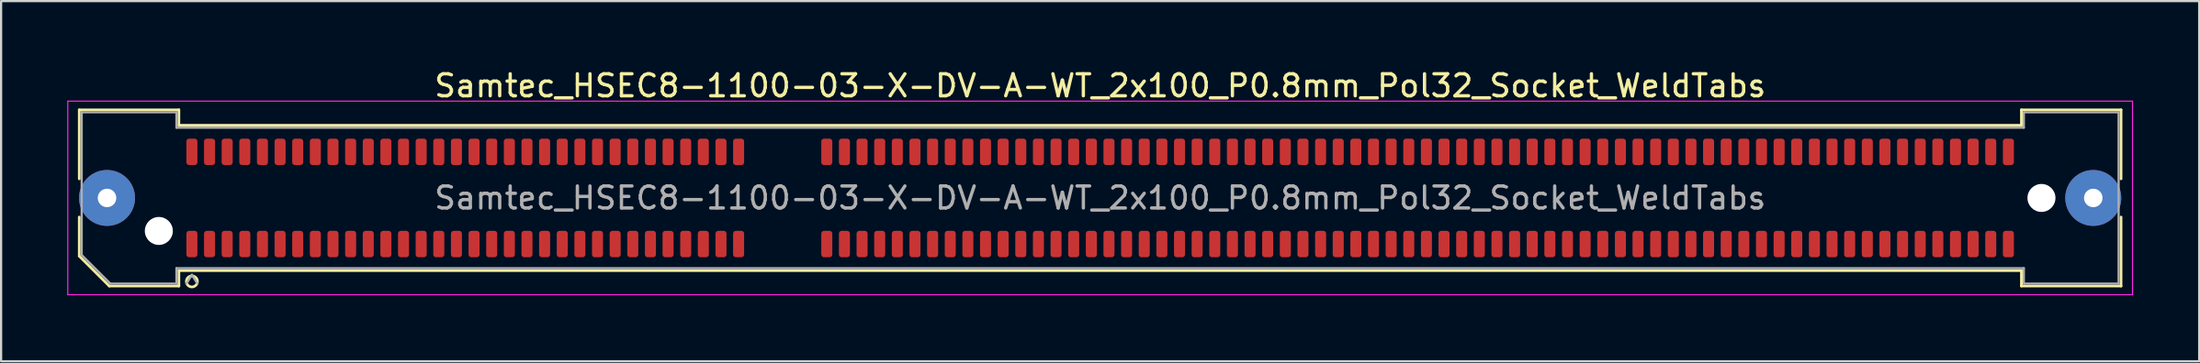
<source format=kicad_pcb>
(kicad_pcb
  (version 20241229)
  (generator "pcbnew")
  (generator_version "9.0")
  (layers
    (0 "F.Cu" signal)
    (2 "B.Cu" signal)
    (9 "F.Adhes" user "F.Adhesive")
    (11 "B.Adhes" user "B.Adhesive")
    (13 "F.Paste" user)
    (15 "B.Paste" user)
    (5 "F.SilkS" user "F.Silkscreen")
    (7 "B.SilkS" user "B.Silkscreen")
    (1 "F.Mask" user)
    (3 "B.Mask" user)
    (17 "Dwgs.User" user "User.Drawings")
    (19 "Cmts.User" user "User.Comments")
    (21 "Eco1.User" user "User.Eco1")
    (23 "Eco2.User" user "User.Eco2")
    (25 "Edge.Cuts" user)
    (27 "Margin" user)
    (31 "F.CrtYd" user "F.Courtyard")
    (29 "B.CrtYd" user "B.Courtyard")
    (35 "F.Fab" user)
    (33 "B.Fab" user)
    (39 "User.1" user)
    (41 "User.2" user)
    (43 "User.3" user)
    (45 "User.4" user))
  (footprint "Samtec_HSEC8-1100-03-X-DV-A-WT_2x100_P0.8mm_Pol32_Socket_WeldTabs"
    (layer "F.Cu")
    (at 46.855 5.948)
    (property "Reference" "Samtec_HSEC8-1100-03-X-DV-A-WT_2x100_P0.8mm_Pol32_Socket_WeldTabs" (at 0 -5.1 0) (layer "F.SilkS") (effects (font (size 1 1) (thickness 0.15))))
    (attr smd)
    (fp_line (start -46.31 -4.005) (end -41.79 -4.005) (stroke (width 0.12) (type solid)) (layer "F.SilkS"))
    (fp_line (start -46.31 -0.868) (end -46.31 -4.005) (stroke (width 0.12) (type solid)) (layer "F.SilkS"))
    (fp_line (start -46.31 2.641) (end -46.31 0.868) (stroke (width 0.12) (type solid)) (layer "F.SilkS"))
    (fp_line (start -44.946 4.005) (end -46.31 2.641) (stroke (width 0.12) (type solid)) (layer "F.SilkS"))
    (fp_line (start -41.79 -4.005) (end -41.79 -3.305) (stroke (width 0.12) (type solid)) (layer "F.SilkS"))
    (fp_line (start -41.79 -3.305) (end 41.79 -3.305) (stroke (width 0.12) (type solid)) (layer "F.SilkS"))
    (fp_line (start -41.79 3.305) (end -41.79 4.005) (stroke (width 0.12) (type solid)) (layer "F.SilkS"))
    (fp_line (start -41.79 4.005) (end -44.946 4.005) (stroke (width 0.12) (type solid)) (layer "F.SilkS"))
    (fp_line (start 41.79 -4.005) (end 46.31 -4.005) (stroke (width 0.12) (type solid)) (layer "F.SilkS"))
    (fp_line (start 41.79 -3.305) (end 41.79 -4.005) (stroke (width 0.12) (type solid)) (layer "F.SilkS"))
    (fp_line (start 41.79 3.305) (end -41.79 3.305) (stroke (width 0.12) (type solid)) (layer "F.SilkS"))
    (fp_line (start 41.79 4.005) (end 41.79 3.305) (stroke (width 0.12) (type solid)) (layer "F.SilkS"))
    (fp_line (start 46.31 -4.005) (end 46.31 -0.868) (stroke (width 0.12) (type solid)) (layer "F.SilkS"))
    (fp_line (start 46.31 0.868) (end 46.31 4.005) (stroke (width 0.12) (type solid)) (layer "F.SilkS"))
    (fp_line (start 46.31 4.005) (end 41.79 4.005) (stroke (width 0.12) (type solid)) (layer "F.SilkS"))
    (fp_arc (start -40.95 3.795) (mid -41.45 3.795) (end -40.95 3.795) (stroke (width 0.12) (type solid)) (layer "F.SilkS"))
    (fp_line (start -46.83 -4.4) (end -46.83 4.4) (stroke (width 0.05) (type solid)) (layer "F.CrtYd"))
    (fp_line (start -46.83 4.4) (end 46.83 4.4) (stroke (width 0.05) (type solid)) (layer "F.CrtYd"))
    (fp_line (start 46.83 -4.4) (end -46.83 -4.4) (stroke (width 0.05) (type solid)) (layer "F.CrtYd"))
    (fp_line (start 46.83 4.4) (end 46.83 -4.4) (stroke (width 0.05) (type solid)) (layer "F.CrtYd"))
    (fp_line (start -46.2 -3.895) (end -41.9 -3.895) (stroke (width 0.1) (type solid)) (layer "F.Fab"))
    (fp_line (start -46.2 2.595) (end -46.2 -3.895) (stroke (width 0.1) (type solid)) (layer "F.Fab"))
    (fp_line (start -44.9 3.895) (end -46.2 2.595) (stroke (width 0.1) (type solid)) (layer "F.Fab"))
    (fp_line (start -41.9 -3.895) (end -41.9 -3.195) (stroke (width 0.1) (type solid)) (layer "F.Fab"))
    (fp_line (start -41.9 -3.195) (end 41.9 -3.195) (stroke (width 0.1) (type solid)) (layer "F.Fab"))
    (fp_line (start -41.9 3.195) (end -41.9 3.895) (stroke (width 0.1) (type solid)) (layer "F.Fab"))
    (fp_line (start -41.9 3.895) (end -44.9 3.895) (stroke (width 0.1) (type solid)) (layer "F.Fab"))
    (fp_line (start -41.2 3.495) (end -41.45 3.895) (stroke (width 0.1) (type solid)) (layer "F.Fab"))
    (fp_line (start -41.2 3.495) (end -40.95 3.895) (stroke (width 0.1) (type solid)) (layer "F.Fab"))
    (fp_line (start 41.9 -3.895) (end 46.2 -3.895) (stroke (width 0.1) (type solid)) (layer "F.Fab"))
    (fp_line (start 41.9 -3.195) (end 41.9 -3.895) (stroke (width 0.1) (type solid)) (layer "F.Fab"))
    (fp_line (start 41.9 3.195) (end -41.9 3.195) (stroke (width 0.1) (type solid)) (layer "F.Fab"))
    (fp_line (start 41.9 3.895) (end 41.9 3.195) (stroke (width 0.1) (type solid)) (layer "F.Fab"))
    (fp_line (start 46.2 -3.895) (end 46.2 3.895) (stroke (width 0.1) (type solid)) (layer "F.Fab"))
    (fp_line (start 46.2 3.895) (end 41.9 3.895) (stroke (width 0.1) (type solid)) (layer "F.Fab"))
    (fp_text user "${REFERENCE}" (at 0 0 0) (layer "F.Fab") (effects (font (size 1 1) (thickness 0.15))))
    (pad "" thru_hole circle (at -45.05 0) (size 2.54 2.54) (drill 0.84) (layers "*.Cu" "*.Mask" "F.Paste"))
    (pad "" np_thru_hole circle (at -42.7 1.5) (size 1.27 1.27) (drill 1.27) (layers "*.Cu" "*.Mask"))
    (pad "" np_thru_hole circle (at 42.7 0) (size 1.27 1.27) (drill 1.27) (layers "*.Cu" "*.Mask"))
    (pad "" thru_hole circle (at 45.05 0) (size 2.54 2.54) (drill 0.84) (layers "*.Cu" "*.Mask" "F.Paste"))
    (pad "1" smd roundrect (at -41.2 2.095) (size 0.5 1.2) (layers "F.Cu" "F.Mask" "F.Paste") (roundrect_rratio 0.25))
    (pad "2" smd roundrect (at -41.2 -2.095) (size 0.5 1.2) (layers "F.Cu" "F.Mask" "F.Paste") (roundrect_rratio 0.25))
    (pad "3" smd roundrect (at -40.4 2.095) (size 0.5 1.2) (layers "F.Cu" "F.Mask" "F.Paste") (roundrect_rratio 0.25))
    (pad "4" smd roundrect (at -40.4 -2.095) (size 0.5 1.2) (layers "F.Cu" "F.Mask" "F.Paste") (roundrect_rratio 0.25))
    (pad "5" smd roundrect (at -39.6 2.095) (size 0.5 1.2) (layers "F.Cu" "F.Mask" "F.Paste") (roundrect_rratio 0.25))
    (pad "6" smd roundrect (at -39.6 -2.095) (size 0.5 1.2) (layers "F.Cu" "F.Mask" "F.Paste") (roundrect_rratio 0.25))
    (pad "7" smd roundrect (at -38.8 2.095) (size 0.5 1.2) (layers "F.Cu" "F.Mask" "F.Paste") (roundrect_rratio 0.25))
    (pad "8" smd roundrect (at -38.8 -2.095) (size 0.5 1.2) (layers "F.Cu" "F.Mask" "F.Paste") (roundrect_rratio 0.25))
    (pad "9" smd roundrect (at -38 2.095) (size 0.5 1.2) (layers "F.Cu" "F.Mask" "F.Paste") (roundrect_rratio 0.25))
    (pad "10" smd roundrect (at -38 -2.095) (size 0.5 1.2) (layers "F.Cu" "F.Mask" "F.Paste") (roundrect_rratio 0.25))
    (pad "11" smd roundrect (at -37.2 2.095) (size 0.5 1.2) (layers "F.Cu" "F.Mask" "F.Paste") (roundrect_rratio 0.25))
    (pad "12" smd roundrect (at -37.2 -2.095) (size 0.5 1.2) (layers "F.Cu" "F.Mask" "F.Paste") (roundrect_rratio 0.25))
    (pad "13" smd roundrect (at -36.4 2.095) (size 0.5 1.2) (layers "F.Cu" "F.Mask" "F.Paste") (roundrect_rratio 0.25))
    (pad "14" smd roundrect (at -36.4 -2.095) (size 0.5 1.2) (layers "F.Cu" "F.Mask" "F.Paste") (roundrect_rratio 0.25))
    (pad "15" smd roundrect (at -35.6 2.095) (size 0.5 1.2) (layers "F.Cu" "F.Mask" "F.Paste") (roundrect_rratio 0.25))
    (pad "16" smd roundrect (at -35.6 -2.095) (size 0.5 1.2) (layers "F.Cu" "F.Mask" "F.Paste") (roundrect_rratio 0.25))
    (pad "17" smd roundrect (at -34.8 2.095) (size 0.5 1.2) (layers "F.Cu" "F.Mask" "F.Paste") (roundrect_rratio 0.25))
    (pad "18" smd roundrect (at -34.8 -2.095) (size 0.5 1.2) (layers "F.Cu" "F.Mask" "F.Paste") (roundrect_rratio 0.25))
    (pad "19" smd roundrect (at -34 2.095) (size 0.5 1.2) (layers "F.Cu" "F.Mask" "F.Paste") (roundrect_rratio 0.25))
    (pad "20" smd roundrect (at -34 -2.095) (size 0.5 1.2) (layers "F.Cu" "F.Mask" "F.Paste") (roundrect_rratio 0.25))
    (pad "21" smd roundrect (at -33.2 2.095) (size 0.5 1.2) (layers "F.Cu" "F.Mask" "F.Paste") (roundrect_rratio 0.25))
    (pad "22" smd roundrect (at -33.2 -2.095) (size 0.5 1.2) (layers "F.Cu" "F.Mask" "F.Paste") (roundrect_rratio 0.25))
    (pad "23" smd roundrect (at -32.4 2.095) (size 0.5 1.2) (layers "F.Cu" "F.Mask" "F.Paste") (roundrect_rratio 0.25))
    (pad "24" smd roundrect (at -32.4 -2.095) (size 0.5 1.2) (layers "F.Cu" "F.Mask" "F.Paste") (roundrect_rratio 0.25))
    (pad "25" smd roundrect (at -31.6 2.095) (size 0.5 1.2) (layers "F.Cu" "F.Mask" "F.Paste") (roundrect_rratio 0.25))
    (pad "26" smd roundrect (at -31.6 -2.095) (size 0.5 1.2) (layers "F.Cu" "F.Mask" "F.Paste") (roundrect_rratio 0.25))
    (pad "27" smd roundrect (at -30.8 2.095) (size 0.5 1.2) (layers "F.Cu" "F.Mask" "F.Paste") (roundrect_rratio 0.25))
    (pad "28" smd roundrect (at -30.8 -2.095) (size 0.5 1.2) (layers "F.Cu" "F.Mask" "F.Paste") (roundrect_rratio 0.25))
    (pad "29" smd roundrect (at -30 2.095) (size 0.5 1.2) (layers "F.Cu" "F.Mask" "F.Paste") (roundrect_rratio 0.25))
    (pad "30" smd roundrect (at -30 -2.095) (size 0.5 1.2) (layers "F.Cu" "F.Mask" "F.Paste") (roundrect_rratio 0.25))
    (pad "31" smd roundrect (at -29.2 2.095) (size 0.5 1.2) (layers "F.Cu" "F.Mask" "F.Paste") (roundrect_rratio 0.25))
    (pad "32" smd roundrect (at -29.2 -2.095) (size 0.5 1.2) (layers "F.Cu" "F.Mask" "F.Paste") (roundrect_rratio 0.25))
    (pad "33" smd roundrect (at -28.4 2.095) (size 0.5 1.2) (layers "F.Cu" "F.Mask" "F.Paste") (roundrect_rratio 0.25))
    (pad "34" smd roundrect (at -28.4 -2.095) (size 0.5 1.2) (layers "F.Cu" "F.Mask" "F.Paste") (roundrect_rratio 0.25))
    (pad "35" smd roundrect (at -27.6 2.095) (size 0.5 1.2) (layers "F.Cu" "F.Mask" "F.Paste") (roundrect_rratio 0.25))
    (pad "36" smd roundrect (at -27.6 -2.095) (size 0.5 1.2) (layers "F.Cu" "F.Mask" "F.Paste") (roundrect_rratio 0.25))
    (pad "37" smd roundrect (at -26.8 2.095) (size 0.5 1.2) (layers "F.Cu" "F.Mask" "F.Paste") (roundrect_rratio 0.25))
    (pad "38" smd roundrect (at -26.8 -2.095) (size 0.5 1.2) (layers "F.Cu" "F.Mask" "F.Paste") (roundrect_rratio 0.25))
    (pad "39" smd roundrect (at -26 2.095) (size 0.5 1.2) (layers "F.Cu" "F.Mask" "F.Paste") (roundrect_rratio 0.25))
    (pad "40" smd roundrect (at -26 -2.095) (size 0.5 1.2) (layers "F.Cu" "F.Mask" "F.Paste") (roundrect_rratio 0.25))
    (pad "41" smd roundrect (at -25.2 2.095) (size 0.5 1.2) (layers "F.Cu" "F.Mask" "F.Paste") (roundrect_rratio 0.25))
    (pad "42" smd roundrect (at -25.2 -2.095) (size 0.5 1.2) (layers "F.Cu" "F.Mask" "F.Paste") (roundrect_rratio 0.25))
    (pad "43" smd roundrect (at -24.4 2.095) (size 0.5 1.2) (layers "F.Cu" "F.Mask" "F.Paste") (roundrect_rratio 0.25))
    (pad "44" smd roundrect (at -24.4 -2.095) (size 0.5 1.2) (layers "F.Cu" "F.Mask" "F.Paste") (roundrect_rratio 0.25))
    (pad "45" smd roundrect (at -23.6 2.095) (size 0.5 1.2) (layers "F.Cu" "F.Mask" "F.Paste") (roundrect_rratio 0.25))
    (pad "46" smd roundrect (at -23.6 -2.095) (size 0.5 1.2) (layers "F.Cu" "F.Mask" "F.Paste") (roundrect_rratio 0.25))
    (pad "47" smd roundrect (at -22.8 2.095) (size 0.5 1.2) (layers "F.Cu" "F.Mask" "F.Paste") (roundrect_rratio 0.25))
    (pad "48" smd roundrect (at -22.8 -2.095) (size 0.5 1.2) (layers "F.Cu" "F.Mask" "F.Paste") (roundrect_rratio 0.25))
    (pad "49" smd roundrect (at -22 2.095) (size 0.5 1.2) (layers "F.Cu" "F.Mask" "F.Paste") (roundrect_rratio 0.25))
    (pad "50" smd roundrect (at -22 -2.095) (size 0.5 1.2) (layers "F.Cu" "F.Mask" "F.Paste") (roundrect_rratio 0.25))
    (pad "51" smd roundrect (at -21.2 2.095) (size 0.5 1.2) (layers "F.Cu" "F.Mask" "F.Paste") (roundrect_rratio 0.25))
    (pad "52" smd roundrect (at -21.2 -2.095) (size 0.5 1.2) (layers "F.Cu" "F.Mask" "F.Paste") (roundrect_rratio 0.25))
    (pad "53" smd roundrect (at -20.4 2.095) (size 0.5 1.2) (layers "F.Cu" "F.Mask" "F.Paste") (roundrect_rratio 0.25))
    (pad "54" smd roundrect (at -20.4 -2.095) (size 0.5 1.2) (layers "F.Cu" "F.Mask" "F.Paste") (roundrect_rratio 0.25))
    (pad "55" smd roundrect (at -19.6 2.095) (size 0.5 1.2) (layers "F.Cu" "F.Mask" "F.Paste") (roundrect_rratio 0.25))
    (pad "56" smd roundrect (at -19.6 -2.095) (size 0.5 1.2) (layers "F.Cu" "F.Mask" "F.Paste") (roundrect_rratio 0.25))
    (pad "57" smd roundrect (at -18.8 2.095) (size 0.5 1.2) (layers "F.Cu" "F.Mask" "F.Paste") (roundrect_rratio 0.25))
    (pad "58" smd roundrect (at -18.8 -2.095) (size 0.5 1.2) (layers "F.Cu" "F.Mask" "F.Paste") (roundrect_rratio 0.25))
    (pad "59" smd roundrect (at -18 2.095) (size 0.5 1.2) (layers "F.Cu" "F.Mask" "F.Paste") (roundrect_rratio 0.25))
    (pad "60" smd roundrect (at -18 -2.095) (size 0.5 1.2) (layers "F.Cu" "F.Mask" "F.Paste") (roundrect_rratio 0.25))
    (pad "61" smd roundrect (at -17.2 2.095) (size 0.5 1.2) (layers "F.Cu" "F.Mask" "F.Paste") (roundrect_rratio 0.25))
    (pad "62" smd roundrect (at -17.2 -2.095) (size 0.5 1.2) (layers "F.Cu" "F.Mask" "F.Paste") (roundrect_rratio 0.25))
    (pad "63" smd roundrect (at -16.4 2.095) (size 0.5 1.2) (layers "F.Cu" "F.Mask" "F.Paste") (roundrect_rratio 0.25))
    (pad "64" smd roundrect (at -16.4 -2.095) (size 0.5 1.2) (layers "F.Cu" "F.Mask" "F.Paste") (roundrect_rratio 0.25))
    (pad "65" smd roundrect (at -12.4 2.095) (size 0.5 1.2) (layers "F.Cu" "F.Mask" "F.Paste") (roundrect_rratio 0.25))
    (pad "66" smd roundrect (at -12.4 -2.095) (size 0.5 1.2) (layers "F.Cu" "F.Mask" "F.Paste") (roundrect_rratio 0.25))
    (pad "67" smd roundrect (at -11.6 2.095) (size 0.5 1.2) (layers "F.Cu" "F.Mask" "F.Paste") (roundrect_rratio 0.25))
    (pad "68" smd roundrect (at -11.6 -2.095) (size 0.5 1.2) (layers "F.Cu" "F.Mask" "F.Paste") (roundrect_rratio 0.25))
    (pad "69" smd roundrect (at -10.8 2.095) (size 0.5 1.2) (layers "F.Cu" "F.Mask" "F.Paste") (roundrect_rratio 0.25))
    (pad "70" smd roundrect (at -10.8 -2.095) (size 0.5 1.2) (layers "F.Cu" "F.Mask" "F.Paste") (roundrect_rratio 0.25))
    (pad "71" smd roundrect (at -10 2.095) (size 0.5 1.2) (layers "F.Cu" "F.Mask" "F.Paste") (roundrect_rratio 0.25))
    (pad "72" smd roundrect (at -10 -2.095) (size 0.5 1.2) (layers "F.Cu" "F.Mask" "F.Paste") (roundrect_rratio 0.25))
    (pad "73" smd roundrect (at -9.2 2.095) (size 0.5 1.2) (layers "F.Cu" "F.Mask" "F.Paste") (roundrect_rratio 0.25))
    (pad "74" smd roundrect (at -9.2 -2.095) (size 0.5 1.2) (layers "F.Cu" "F.Mask" "F.Paste") (roundrect_rratio 0.25))
    (pad "75" smd roundrect (at -8.4 2.095) (size 0.5 1.2) (layers "F.Cu" "F.Mask" "F.Paste") (roundrect_rratio 0.25))
    (pad "76" smd roundrect (at -8.4 -2.095) (size 0.5 1.2) (layers "F.Cu" "F.Mask" "F.Paste") (roundrect_rratio 0.25))
    (pad "77" smd roundrect (at -7.6 2.095) (size 0.5 1.2) (layers "F.Cu" "F.Mask" "F.Paste") (roundrect_rratio 0.25))
    (pad "78" smd roundrect (at -7.6 -2.095) (size 0.5 1.2) (layers "F.Cu" "F.Mask" "F.Paste") (roundrect_rratio 0.25))
    (pad "79" smd roundrect (at -6.8 2.095) (size 0.5 1.2) (layers "F.Cu" "F.Mask" "F.Paste") (roundrect_rratio 0.25))
    (pad "80" smd roundrect (at -6.8 -2.095) (size 0.5 1.2) (layers "F.Cu" "F.Mask" "F.Paste") (roundrect_rratio 0.25))
    (pad "81" smd roundrect (at -6 2.095) (size 0.5 1.2) (layers "F.Cu" "F.Mask" "F.Paste") (roundrect_rratio 0.25))
    (pad "82" smd roundrect (at -6 -2.095) (size 0.5 1.2) (layers "F.Cu" "F.Mask" "F.Paste") (roundrect_rratio 0.25))
    (pad "83" smd roundrect (at -5.2 2.095) (size 0.5 1.2) (layers "F.Cu" "F.Mask" "F.Paste") (roundrect_rratio 0.25))
    (pad "84" smd roundrect (at -5.2 -2.095) (size 0.5 1.2) (layers "F.Cu" "F.Mask" "F.Paste") (roundrect_rratio 0.25))
    (pad "85" smd roundrect (at -4.4 2.095) (size 0.5 1.2) (layers "F.Cu" "F.Mask" "F.Paste") (roundrect_rratio 0.25))
    (pad "86" smd roundrect (at -4.4 -2.095) (size 0.5 1.2) (layers "F.Cu" "F.Mask" "F.Paste") (roundrect_rratio 0.25))
    (pad "87" smd roundrect (at -3.6 2.095) (size 0.5 1.2) (layers "F.Cu" "F.Mask" "F.Paste") (roundrect_rratio 0.25))
    (pad "88" smd roundrect (at -3.6 -2.095) (size 0.5 1.2) (layers "F.Cu" "F.Mask" "F.Paste") (roundrect_rratio 0.25))
    (pad "89" smd roundrect (at -2.8 2.095) (size 0.5 1.2) (layers "F.Cu" "F.Mask" "F.Paste") (roundrect_rratio 0.25))
    (pad "90" smd roundrect (at -2.8 -2.095) (size 0.5 1.2) (layers "F.Cu" "F.Mask" "F.Paste") (roundrect_rratio 0.25))
    (pad "91" smd roundrect (at -2 2.095) (size 0.5 1.2) (layers "F.Cu" "F.Mask" "F.Paste") (roundrect_rratio 0.25))
    (pad "92" smd roundrect (at -2 -2.095) (size 0.5 1.2) (layers "F.Cu" "F.Mask" "F.Paste") (roundrect_rratio 0.25))
    (pad "93" smd roundrect (at -1.2 2.095) (size 0.5 1.2) (layers "F.Cu" "F.Mask" "F.Paste") (roundrect_rratio 0.25))
    (pad "94" smd roundrect (at -1.2 -2.095) (size 0.5 1.2) (layers "F.Cu" "F.Mask" "F.Paste") (roundrect_rratio 0.25))
    (pad "95" smd roundrect (at -0.4 2.095) (size 0.5 1.2) (layers "F.Cu" "F.Mask" "F.Paste") (roundrect_rratio 0.25))
    (pad "96" smd roundrect (at -0.4 -2.095) (size 0.5 1.2) (layers "F.Cu" "F.Mask" "F.Paste") (roundrect_rratio 0.25))
    (pad "97" smd roundrect (at 0.4 2.095) (size 0.5 1.2) (layers "F.Cu" "F.Mask" "F.Paste") (roundrect_rratio 0.25))
    (pad "98" smd roundrect (at 0.4 -2.095) (size 0.5 1.2) (layers "F.Cu" "F.Mask" "F.Paste") (roundrect_rratio 0.25))
    (pad "99" smd roundrect (at 1.2 2.095) (size 0.5 1.2) (layers "F.Cu" "F.Mask" "F.Paste") (roundrect_rratio 0.25))
    (pad "100" smd roundrect (at 1.2 -2.095) (size 0.5 1.2) (layers "F.Cu" "F.Mask" "F.Paste") (roundrect_rratio 0.25))
    (pad "101" smd roundrect (at 2 2.095) (size 0.5 1.2) (layers "F.Cu" "F.Mask" "F.Paste") (roundrect_rratio 0.25))
    (pad "102" smd roundrect (at 2 -2.095) (size 0.5 1.2) (layers "F.Cu" "F.Mask" "F.Paste") (roundrect_rratio 0.25))
    (pad "103" smd roundrect (at 2.8 2.095) (size 0.5 1.2) (layers "F.Cu" "F.Mask" "F.Paste") (roundrect_rratio 0.25))
    (pad "104" smd roundrect (at 2.8 -2.095) (size 0.5 1.2) (layers "F.Cu" "F.Mask" "F.Paste") (roundrect_rratio 0.25))
    (pad "105" smd roundrect (at 3.6 2.095) (size 0.5 1.2) (layers "F.Cu" "F.Mask" "F.Paste") (roundrect_rratio 0.25))
    (pad "106" smd roundrect (at 3.6 -2.095) (size 0.5 1.2) (layers "F.Cu" "F.Mask" "F.Paste") (roundrect_rratio 0.25))
    (pad "107" smd roundrect (at 4.4 2.095) (size 0.5 1.2) (layers "F.Cu" "F.Mask" "F.Paste") (roundrect_rratio 0.25))
    (pad "108" smd roundrect (at 4.4 -2.095) (size 0.5 1.2) (layers "F.Cu" "F.Mask" "F.Paste") (roundrect_rratio 0.25))
    (pad "109" smd roundrect (at 5.2 2.095) (size 0.5 1.2) (layers "F.Cu" "F.Mask" "F.Paste") (roundrect_rratio 0.25))
    (pad "110" smd roundrect (at 5.2 -2.095) (size 0.5 1.2) (layers "F.Cu" "F.Mask" "F.Paste") (roundrect_rratio 0.25))
    (pad "111" smd roundrect (at 6 2.095) (size 0.5 1.2) (layers "F.Cu" "F.Mask" "F.Paste") (roundrect_rratio 0.25))
    (pad "112" smd roundrect (at 6 -2.095) (size 0.5 1.2) (layers "F.Cu" "F.Mask" "F.Paste") (roundrect_rratio 0.25))
    (pad "113" smd roundrect (at 6.8 2.095) (size 0.5 1.2) (layers "F.Cu" "F.Mask" "F.Paste") (roundrect_rratio 0.25))
    (pad "114" smd roundrect (at 6.8 -2.095) (size 0.5 1.2) (layers "F.Cu" "F.Mask" "F.Paste") (roundrect_rratio 0.25))
    (pad "115" smd roundrect (at 7.6 2.095) (size 0.5 1.2) (layers "F.Cu" "F.Mask" "F.Paste") (roundrect_rratio 0.25))
    (pad "116" smd roundrect (at 7.6 -2.095) (size 0.5 1.2) (layers "F.Cu" "F.Mask" "F.Paste") (roundrect_rratio 0.25))
    (pad "117" smd roundrect (at 8.4 2.095) (size 0.5 1.2) (layers "F.Cu" "F.Mask" "F.Paste") (roundrect_rratio 0.25))
    (pad "118" smd roundrect (at 8.4 -2.095) (size 0.5 1.2) (layers "F.Cu" "F.Mask" "F.Paste") (roundrect_rratio 0.25))
    (pad "119" smd roundrect (at 9.2 2.095) (size 0.5 1.2) (layers "F.Cu" "F.Mask" "F.Paste") (roundrect_rratio 0.25))
    (pad "120" smd roundrect (at 9.2 -2.095) (size 0.5 1.2) (layers "F.Cu" "F.Mask" "F.Paste") (roundrect_rratio 0.25))
    (pad "121" smd roundrect (at 10 2.095) (size 0.5 1.2) (layers "F.Cu" "F.Mask" "F.Paste") (roundrect_rratio 0.25))
    (pad "122" smd roundrect (at 10 -2.095) (size 0.5 1.2) (layers "F.Cu" "F.Mask" "F.Paste") (roundrect_rratio 0.25))
    (pad "123" smd roundrect (at 10.8 2.095) (size 0.5 1.2) (layers "F.Cu" "F.Mask" "F.Paste") (roundrect_rratio 0.25))
    (pad "124" smd roundrect (at 10.8 -2.095) (size 0.5 1.2) (layers "F.Cu" "F.Mask" "F.Paste") (roundrect_rratio 0.25))
    (pad "125" smd roundrect (at 11.6 2.095) (size 0.5 1.2) (layers "F.Cu" "F.Mask" "F.Paste") (roundrect_rratio 0.25))
    (pad "126" smd roundrect (at 11.6 -2.095) (size 0.5 1.2) (layers "F.Cu" "F.Mask" "F.Paste") (roundrect_rratio 0.25))
    (pad "127" smd roundrect (at 12.4 2.095) (size 0.5 1.2) (layers "F.Cu" "F.Mask" "F.Paste") (roundrect_rratio 0.25))
    (pad "128" smd roundrect (at 12.4 -2.095) (size 0.5 1.2) (layers "F.Cu" "F.Mask" "F.Paste") (roundrect_rratio 0.25))
    (pad "129" smd roundrect (at 13.2 2.095) (size 0.5 1.2) (layers "F.Cu" "F.Mask" "F.Paste") (roundrect_rratio 0.25))
    (pad "130" smd roundrect (at 13.2 -2.095) (size 0.5 1.2) (layers "F.Cu" "F.Mask" "F.Paste") (roundrect_rratio 0.25))
    (pad "131" smd roundrect (at 14 2.095) (size 0.5 1.2) (layers "F.Cu" "F.Mask" "F.Paste") (roundrect_rratio 0.25))
    (pad "132" smd roundrect (at 14 -2.095) (size 0.5 1.2) (layers "F.Cu" "F.Mask" "F.Paste") (roundrect_rratio 0.25))
    (pad "133" smd roundrect (at 14.8 2.095) (size 0.5 1.2) (layers "F.Cu" "F.Mask" "F.Paste") (roundrect_rratio 0.25))
    (pad "134" smd roundrect (at 14.8 -2.095) (size 0.5 1.2) (layers "F.Cu" "F.Mask" "F.Paste") (roundrect_rratio 0.25))
    (pad "135" smd roundrect (at 15.6 2.095) (size 0.5 1.2) (layers "F.Cu" "F.Mask" "F.Paste") (roundrect_rratio 0.25))
    (pad "136" smd roundrect (at 15.6 -2.095) (size 0.5 1.2) (layers "F.Cu" "F.Mask" "F.Paste") (roundrect_rratio 0.25))
    (pad "137" smd roundrect (at 16.4 2.095) (size 0.5 1.2) (layers "F.Cu" "F.Mask" "F.Paste") (roundrect_rratio 0.25))
    (pad "138" smd roundrect (at 16.4 -2.095) (size 0.5 1.2) (layers "F.Cu" "F.Mask" "F.Paste") (roundrect_rratio 0.25))
    (pad "139" smd roundrect (at 17.2 2.095) (size 0.5 1.2) (layers "F.Cu" "F.Mask" "F.Paste") (roundrect_rratio 0.25))
    (pad "140" smd roundrect (at 17.2 -2.095) (size 0.5 1.2) (layers "F.Cu" "F.Mask" "F.Paste") (roundrect_rratio 0.25))
    (pad "141" smd roundrect (at 18 2.095) (size 0.5 1.2) (layers "F.Cu" "F.Mask" "F.Paste") (roundrect_rratio 0.25))
    (pad "142" smd roundrect (at 18 -2.095) (size 0.5 1.2) (layers "F.Cu" "F.Mask" "F.Paste") (roundrect_rratio 0.25))
    (pad "143" smd roundrect (at 18.8 2.095) (size 0.5 1.2) (layers "F.Cu" "F.Mask" "F.Paste") (roundrect_rratio 0.25))
    (pad "144" smd roundrect (at 18.8 -2.095) (size 0.5 1.2) (layers "F.Cu" "F.Mask" "F.Paste") (roundrect_rratio 0.25))
    (pad "145" smd roundrect (at 19.6 2.095) (size 0.5 1.2) (layers "F.Cu" "F.Mask" "F.Paste") (roundrect_rratio 0.25))
    (pad "146" smd roundrect (at 19.6 -2.095) (size 0.5 1.2) (layers "F.Cu" "F.Mask" "F.Paste") (roundrect_rratio 0.25))
    (pad "147" smd roundrect (at 20.4 2.095) (size 0.5 1.2) (layers "F.Cu" "F.Mask" "F.Paste") (roundrect_rratio 0.25))
    (pad "148" smd roundrect (at 20.4 -2.095) (size 0.5 1.2) (layers "F.Cu" "F.Mask" "F.Paste") (roundrect_rratio 0.25))
    (pad "149" smd roundrect (at 21.2 2.095) (size 0.5 1.2) (layers "F.Cu" "F.Mask" "F.Paste") (roundrect_rratio 0.25))
    (pad "150" smd roundrect (at 21.2 -2.095) (size 0.5 1.2) (layers "F.Cu" "F.Mask" "F.Paste") (roundrect_rratio 0.25))
    (pad "151" smd roundrect (at 22 2.095) (size 0.5 1.2) (layers "F.Cu" "F.Mask" "F.Paste") (roundrect_rratio 0.25))
    (pad "152" smd roundrect (at 22 -2.095) (size 0.5 1.2) (layers "F.Cu" "F.Mask" "F.Paste") (roundrect_rratio 0.25))
    (pad "153" smd roundrect (at 22.8 2.095) (size 0.5 1.2) (layers "F.Cu" "F.Mask" "F.Paste") (roundrect_rratio 0.25))
    (pad "154" smd roundrect (at 22.8 -2.095) (size 0.5 1.2) (layers "F.Cu" "F.Mask" "F.Paste") (roundrect_rratio 0.25))
    (pad "155" smd roundrect (at 23.6 2.095) (size 0.5 1.2) (layers "F.Cu" "F.Mask" "F.Paste") (roundrect_rratio 0.25))
    (pad "156" smd roundrect (at 23.6 -2.095) (size 0.5 1.2) (layers "F.Cu" "F.Mask" "F.Paste") (roundrect_rratio 0.25))
    (pad "157" smd roundrect (at 24.4 2.095) (size 0.5 1.2) (layers "F.Cu" "F.Mask" "F.Paste") (roundrect_rratio 0.25))
    (pad "158" smd roundrect (at 24.4 -2.095) (size 0.5 1.2) (layers "F.Cu" "F.Mask" "F.Paste") (roundrect_rratio 0.25))
    (pad "159" smd roundrect (at 25.2 2.095) (size 0.5 1.2) (layers "F.Cu" "F.Mask" "F.Paste") (roundrect_rratio 0.25))
    (pad "160" smd roundrect (at 25.2 -2.095) (size 0.5 1.2) (layers "F.Cu" "F.Mask" "F.Paste") (roundrect_rratio 0.25))
    (pad "161" smd roundrect (at 26 2.095) (size 0.5 1.2) (layers "F.Cu" "F.Mask" "F.Paste") (roundrect_rratio 0.25))
    (pad "162" smd roundrect (at 26 -2.095) (size 0.5 1.2) (layers "F.Cu" "F.Mask" "F.Paste") (roundrect_rratio 0.25))
    (pad "163" smd roundrect (at 26.8 2.095) (size 0.5 1.2) (layers "F.Cu" "F.Mask" "F.Paste") (roundrect_rratio 0.25))
    (pad "164" smd roundrect (at 26.8 -2.095) (size 0.5 1.2) (layers "F.Cu" "F.Mask" "F.Paste") (roundrect_rratio 0.25))
    (pad "165" smd roundrect (at 27.6 2.095) (size 0.5 1.2) (layers "F.Cu" "F.Mask" "F.Paste") (roundrect_rratio 0.25))
    (pad "166" smd roundrect (at 27.6 -2.095) (size 0.5 1.2) (layers "F.Cu" "F.Mask" "F.Paste") (roundrect_rratio 0.25))
    (pad "167" smd roundrect (at 28.4 2.095) (size 0.5 1.2) (layers "F.Cu" "F.Mask" "F.Paste") (roundrect_rratio 0.25))
    (pad "168" smd roundrect (at 28.4 -2.095) (size 0.5 1.2) (layers "F.Cu" "F.Mask" "F.Paste") (roundrect_rratio 0.25))
    (pad "169" smd roundrect (at 29.2 2.095) (size 0.5 1.2) (layers "F.Cu" "F.Mask" "F.Paste") (roundrect_rratio 0.25))
    (pad "170" smd roundrect (at 29.2 -2.095) (size 0.5 1.2) (layers "F.Cu" "F.Mask" "F.Paste") (roundrect_rratio 0.25))
    (pad "171" smd roundrect (at 30 2.095) (size 0.5 1.2) (layers "F.Cu" "F.Mask" "F.Paste") (roundrect_rratio 0.25))
    (pad "172" smd roundrect (at 30 -2.095) (size 0.5 1.2) (layers "F.Cu" "F.Mask" "F.Paste") (roundrect_rratio 0.25))
    (pad "173" smd roundrect (at 30.8 2.095) (size 0.5 1.2) (layers "F.Cu" "F.Mask" "F.Paste") (roundrect_rratio 0.25))
    (pad "174" smd roundrect (at 30.8 -2.095) (size 0.5 1.2) (layers "F.Cu" "F.Mask" "F.Paste") (roundrect_rratio 0.25))
    (pad "175" smd roundrect (at 31.6 2.095) (size 0.5 1.2) (layers "F.Cu" "F.Mask" "F.Paste") (roundrect_rratio 0.25))
    (pad "176" smd roundrect (at 31.6 -2.095) (size 0.5 1.2) (layers "F.Cu" "F.Mask" "F.Paste") (roundrect_rratio 0.25))
    (pad "177" smd roundrect (at 32.4 2.095) (size 0.5 1.2) (layers "F.Cu" "F.Mask" "F.Paste") (roundrect_rratio 0.25))
    (pad "178" smd roundrect (at 32.4 -2.095) (size 0.5 1.2) (layers "F.Cu" "F.Mask" "F.Paste") (roundrect_rratio 0.25))
    (pad "179" smd roundrect (at 33.2 2.095) (size 0.5 1.2) (layers "F.Cu" "F.Mask" "F.Paste") (roundrect_rratio 0.25))
    (pad "180" smd roundrect (at 33.2 -2.095) (size 0.5 1.2) (layers "F.Cu" "F.Mask" "F.Paste") (roundrect_rratio 0.25))
    (pad "181" smd roundrect (at 34 2.095) (size 0.5 1.2) (layers "F.Cu" "F.Mask" "F.Paste") (roundrect_rratio 0.25))
    (pad "182" smd roundrect (at 34 -2.095) (size 0.5 1.2) (layers "F.Cu" "F.Mask" "F.Paste") (roundrect_rratio 0.25))
    (pad "183" smd roundrect (at 34.8 2.095) (size 0.5 1.2) (layers "F.Cu" "F.Mask" "F.Paste") (roundrect_rratio 0.25))
    (pad "184" smd roundrect (at 34.8 -2.095) (size 0.5 1.2) (layers "F.Cu" "F.Mask" "F.Paste") (roundrect_rratio 0.25))
    (pad "185" smd roundrect (at 35.6 2.095) (size 0.5 1.2) (layers "F.Cu" "F.Mask" "F.Paste") (roundrect_rratio 0.25))
    (pad "186" smd roundrect (at 35.6 -2.095) (size 0.5 1.2) (layers "F.Cu" "F.Mask" "F.Paste") (roundrect_rratio 0.25))
    (pad "187" smd roundrect (at 36.4 2.095) (size 0.5 1.2) (layers "F.Cu" "F.Mask" "F.Paste") (roundrect_rratio 0.25))
    (pad "188" smd roundrect (at 36.4 -2.095) (size 0.5 1.2) (layers "F.Cu" "F.Mask" "F.Paste") (roundrect_rratio 0.25))
    (pad "189" smd roundrect (at 37.2 2.095) (size 0.5 1.2) (layers "F.Cu" "F.Mask" "F.Paste") (roundrect_rratio 0.25))
    (pad "190" smd roundrect (at 37.2 -2.095) (size 0.5 1.2) (layers "F.Cu" "F.Mask" "F.Paste") (roundrect_rratio 0.25))
    (pad "191" smd roundrect (at 38 2.095) (size 0.5 1.2) (layers "F.Cu" "F.Mask" "F.Paste") (roundrect_rratio 0.25))
    (pad "192" smd roundrect (at 38 -2.095) (size 0.5 1.2) (layers "F.Cu" "F.Mask" "F.Paste") (roundrect_rratio 0.25))
    (pad "193" smd roundrect (at 38.8 2.095) (size 0.5 1.2) (layers "F.Cu" "F.Mask" "F.Paste") (roundrect_rratio 0.25))
    (pad "194" smd roundrect (at 38.8 -2.095) (size 0.5 1.2) (layers "F.Cu" "F.Mask" "F.Paste") (roundrect_rratio 0.25))
    (pad "195" smd roundrect (at 39.6 2.095) (size 0.5 1.2) (layers "F.Cu" "F.Mask" "F.Paste") (roundrect_rratio 0.25))
    (pad "196" smd roundrect (at 39.6 -2.095) (size 0.5 1.2) (layers "F.Cu" "F.Mask" "F.Paste") (roundrect_rratio 0.25))
    (pad "197" smd roundrect (at 40.4 2.095) (size 0.5 1.2) (layers "F.Cu" "F.Mask" "F.Paste") (roundrect_rratio 0.25))
    (pad "198" smd roundrect (at 40.4 -2.095) (size 0.5 1.2) (layers "F.Cu" "F.Mask" "F.Paste") (roundrect_rratio 0.25))
    (pad "199" smd roundrect (at 41.2 2.095) (size 0.5 1.2) (layers "F.Cu" "F.Mask" "F.Paste") (roundrect_rratio 0.25))
    (pad "200" smd roundrect (at 41.2 -2.095) (size 0.5 1.2) (layers "F.Cu" "F.Mask" "F.Paste") (roundrect_rratio 0.25)))
  (gr_rect
    (start -3 -3)
    (end 96.71 13.373)
    (stroke (width 0.1) (type default))
    (fill no)
    (layer "Edge.Cuts")))
</source>
